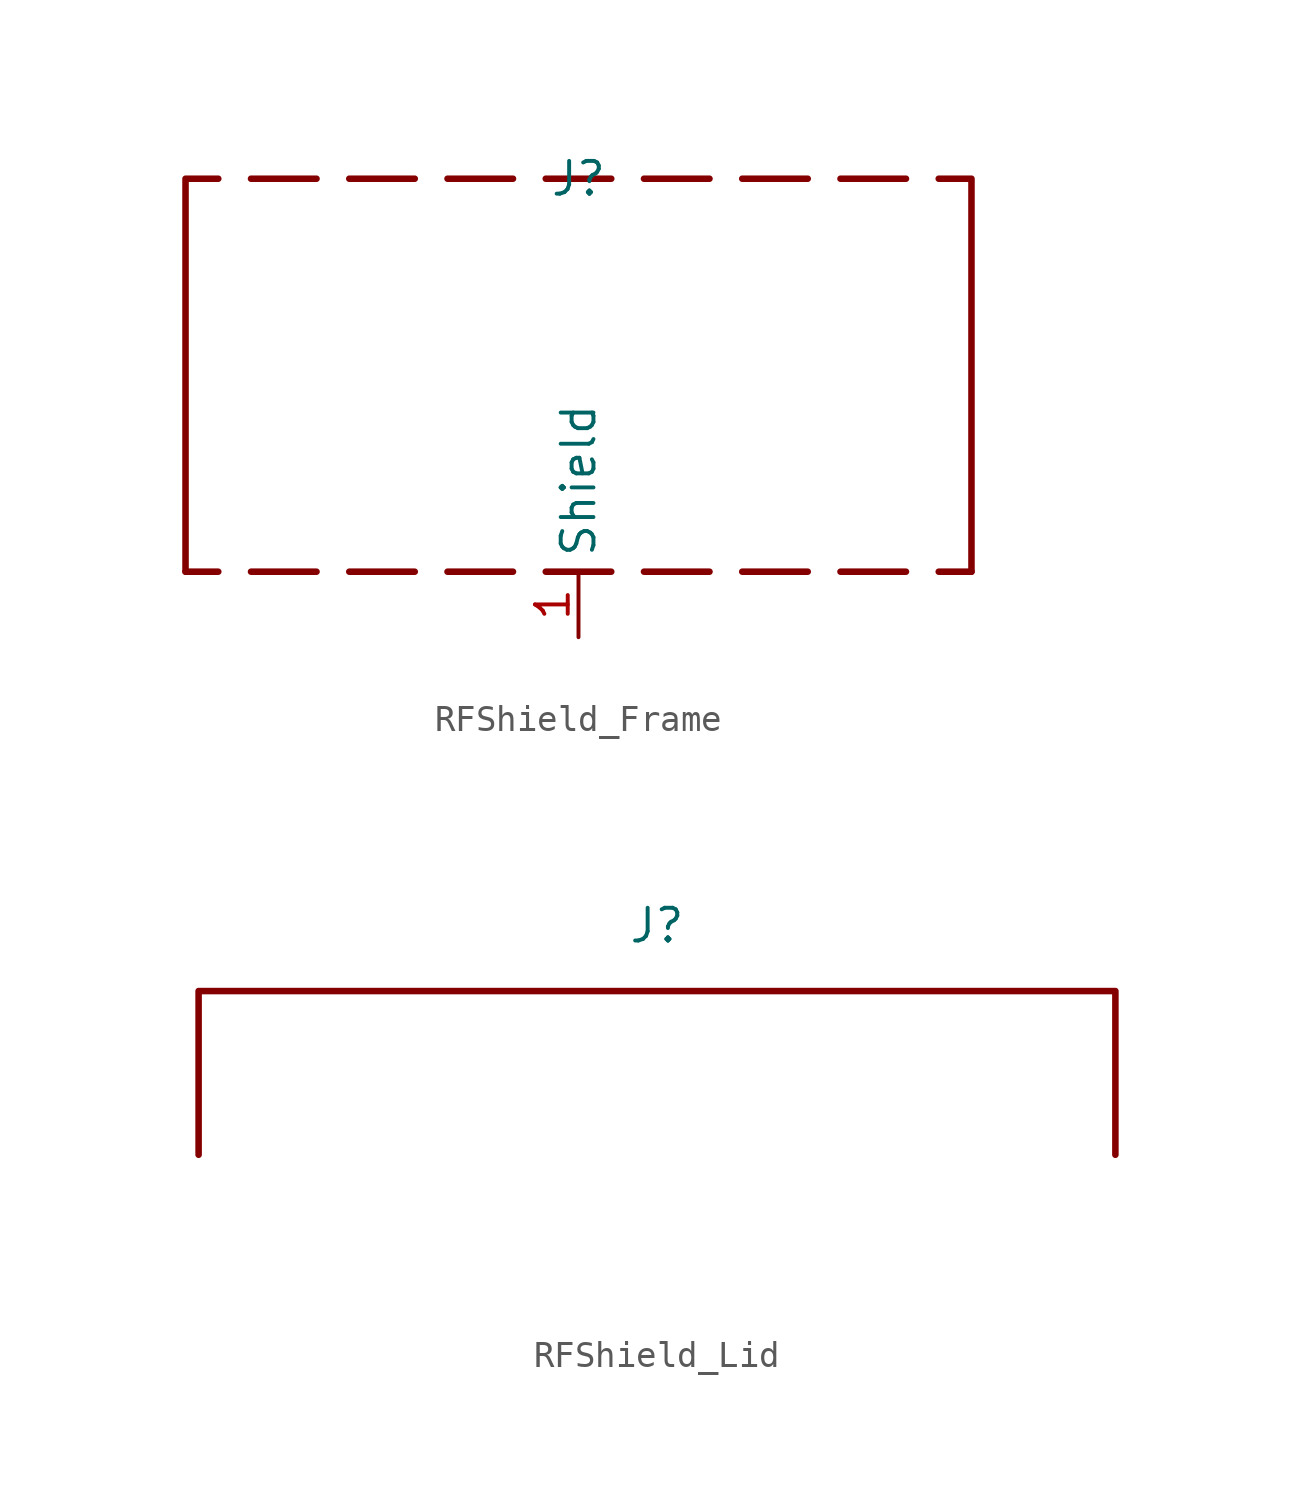
<source format=kicad_sym>
(kicad_symbol_lib
  (version 20231120)
  (generator "kicad_symbol_editor")
  (generator_version "8.0")
  (symbol "RFShield_Frame"
    (property "Reference" "J"
      (at 0 7.62 0)
      (effects (font (size 1.27 1.27))))
    (property "Value" ""
      (at 0 0 0)
      (effects (font (size 1.27 1.27))))
    (symbol "RFShield_Frame_0_1"
      (polyline (pts (xy -12.7 7.62) (xy -10.16 7.62)) (stroke (width 0.254) (type default)) (fill (type none)))
      (polyline (pts (xy -10.16 -7.62) (xy -12.7 -7.62)) (stroke (width 0.254) (type default)) (fill (type none)))
      (polyline (pts (xy -6.35 -7.62) (xy -8.89 -7.62)) (stroke (width 0.254) (type default)) (fill (type none)))
      (polyline (pts (xy -6.35 7.62) (xy -8.89 7.62)) (stroke (width 0.254) (type default)) (fill (type none)))
      (polyline (pts (xy -2.54 -7.62) (xy -5.08 -7.62)) (stroke (width 0.254) (type default)) (fill (type none)))
      (polyline (pts (xy -2.54 7.62) (xy -5.08 7.62)) (stroke (width 0.254) (type default)) (fill (type none)))
      (polyline (pts (xy -1.27 -7.62) (xy 1.27 -7.62)) (stroke (width 0.254) (type default)) (fill (type none)))
      (polyline (pts (xy 1.27 7.62) (xy -1.27 7.62)) (stroke (width 0.254) (type default)) (fill (type none)))
      (polyline (pts (xy 2.54 -7.62) (xy 5.08 -7.62)) (stroke (width 0.254) (type default)) (fill (type none)))
      (polyline (pts (xy 5.08 7.62) (xy 2.54 7.62)) (stroke (width 0.254) (type default)) (fill (type none)))
      (polyline (pts (xy 6.35 -7.62) (xy 8.89 -7.62)) (stroke (width 0.254) (type default)) (fill (type none)))
      (polyline (pts (xy 8.89 7.62) (xy 6.35 7.62)) (stroke (width 0.254) (type default)) (fill (type none)))
      (polyline (pts (xy 10.16 -7.62) (xy 12.7 -7.62)) (stroke (width 0.254) (type default)) (fill (type none)))
      (polyline (pts (xy 12.7 7.62) (xy 10.16 7.62)) (stroke (width 0.254) (type default)) (fill (type none)))
      (polyline (pts (xy -15.24 -7.62) (xy -15.24 7.62) (xy -13.97 7.62)) (stroke (width 0.254) (type default)) (fill (type none)))
      (polyline (pts (xy -13.97 -7.62) (xy -15.24 -7.62) (xy -15.24 -7.62)) (stroke (width 0.254) (type default)) (fill (type none)))
      (polyline (pts (xy 13.97 -7.62) (xy 15.24 -7.62) (xy 15.24 -7.62)) (stroke (width 0.254) (type default)) (fill (type none)))
      (polyline (pts (xy 15.24 -7.62) (xy 15.24 7.62) (xy 13.97 7.62)) (stroke (width 0.254) (type default)) (fill (type none))))
    (symbol "RFShield_Frame_1_1"
      (pin passive line (at 0 -10.16 90) (length 2.54) (name "Shield" (effects (font (size 1.27 1.27)))) (number "1" (effects (font (size 1.27 1.27)))))))
  (symbol "RFShield_Lid"
    (property "Reference" "J"
      (at 0 6.35 0)
      (effects (font (size 1.27 1.27))))
    (property "Value" ""
      (at 0 -7.62 0)
      (effects (font (size 1.27 1.27))))
    (symbol "RFShield_Lid_0_1"
      (polyline (pts (xy -17.78 -2.54) (xy -17.78 3.81) (xy 17.78 3.81) (xy 17.78 -2.54)) (stroke (width 0.254) (type default)) (fill (type none))))))
</source>
